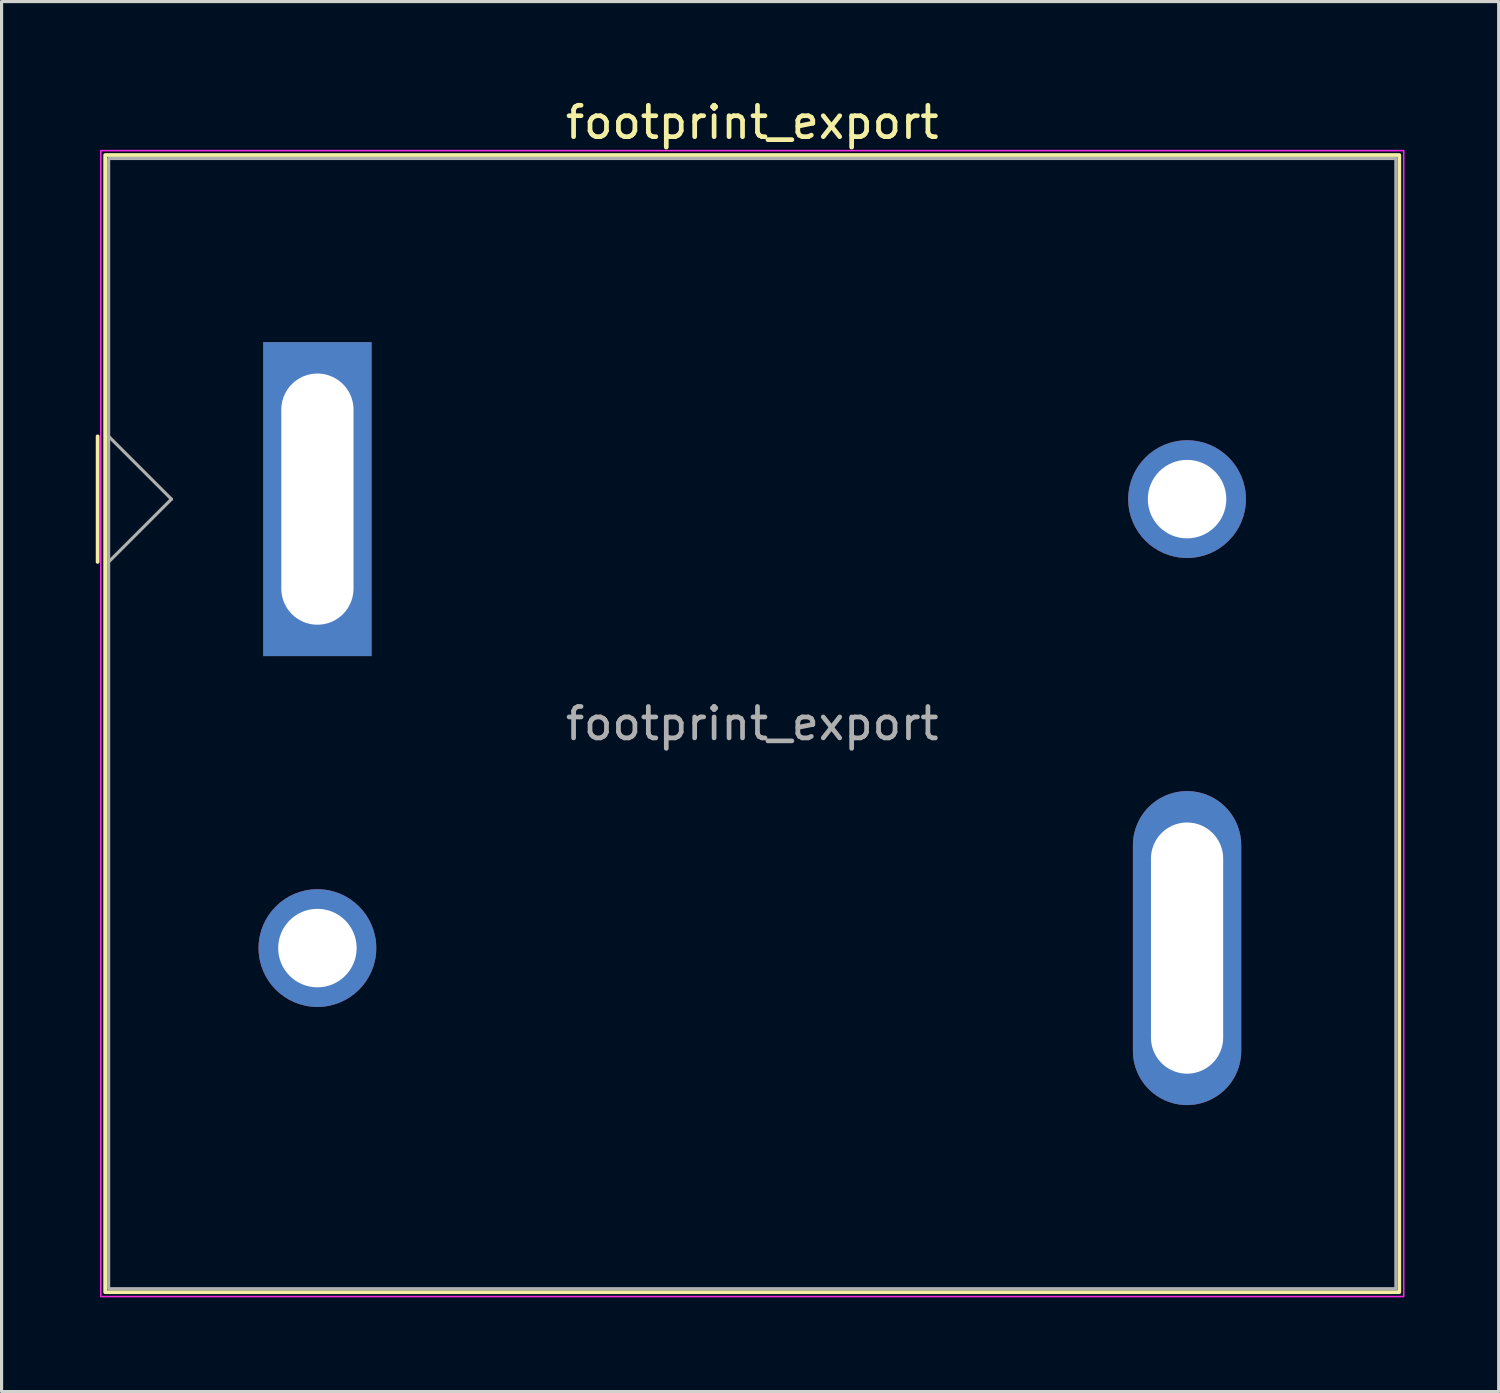
<source format=kicad_pcb>
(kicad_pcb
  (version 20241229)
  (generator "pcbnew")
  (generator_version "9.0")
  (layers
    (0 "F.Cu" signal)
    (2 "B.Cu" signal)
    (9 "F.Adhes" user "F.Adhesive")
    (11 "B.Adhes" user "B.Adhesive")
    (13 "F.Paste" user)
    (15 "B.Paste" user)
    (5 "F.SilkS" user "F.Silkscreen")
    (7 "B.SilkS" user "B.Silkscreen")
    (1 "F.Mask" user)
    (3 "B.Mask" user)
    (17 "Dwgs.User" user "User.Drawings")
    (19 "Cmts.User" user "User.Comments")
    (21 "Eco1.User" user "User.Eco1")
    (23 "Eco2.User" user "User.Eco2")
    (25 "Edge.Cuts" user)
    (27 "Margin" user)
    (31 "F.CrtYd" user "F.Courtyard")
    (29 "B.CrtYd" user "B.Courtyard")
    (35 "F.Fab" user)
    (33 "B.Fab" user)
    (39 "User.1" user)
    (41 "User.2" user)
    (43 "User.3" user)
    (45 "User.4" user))
  (footprint "footprint_export"
    (layer "F.Cu")
    (at 7.06 12.848)
    (property "Reference" "footprint_export" (at 13.85 -12 0) (unlocked yes) (layer "F.SilkS") (effects (font (size 1 1) (thickness 0.15))))
    (attr through_hole)
    (fp_line (start -7 2) (end -7 -2) (stroke (width 0.12) (type solid)) (layer "F.SilkS"))
    (fp_rect (start -6.76 -10.96) (end 34.46 25.26) (stroke (width 0.12) (type solid)) (fill no) (layer "F.SilkS"))
    (fp_rect (start -6.9 -11.1) (end 34.6 25.4) (stroke (width 0.05) (type solid)) (fill no) (layer "F.CrtYd"))
    (fp_line (start -6.65 -2) (end -4.65 0) (stroke (width 0.1) (type solid)) (layer "F.Fab"))
    (fp_line (start -4.65 0) (end -6.65 2) (stroke (width 0.1) (type solid)) (layer "F.Fab"))
    (fp_rect (start -6.65 -10.85) (end 34.35 25.15) (stroke (width 0.1) (type solid)) (fill no) (layer "F.Fab"))
    (fp_text user "${REFERENCE}" (at 13.85 7.15 0) (unlocked yes) (layer "F.Fab") (effects (font (size 1 1) (thickness 0.15))))
    (pad "" thru_hole circle (at 0 14.3) (size 3.75 3.75) (drill 2.5) (layers "*.Cu" "*.Mask"))
    (pad "" thru_hole circle (at 27.7 0) (size 3.75 3.75) (drill 2.5) (layers "*.Cu" "*.Mask"))
    (pad "1" thru_hole rect (at 0 0) (size 3.45 10) (drill oval 2.3 8) (layers "*.Cu" "*.Mask"))
    (pad "2" thru_hole oval (at 27.7 14.3) (size 3.45 10) (drill oval 2.3 8) (layers "*.Cu" "*.Mask")))
  (gr_rect
    (start -3 -3)
    (end 44.685 41.273)
    (stroke (width 0.1) (type default))
    (fill no)
    (layer "Edge.Cuts")))
</source>
